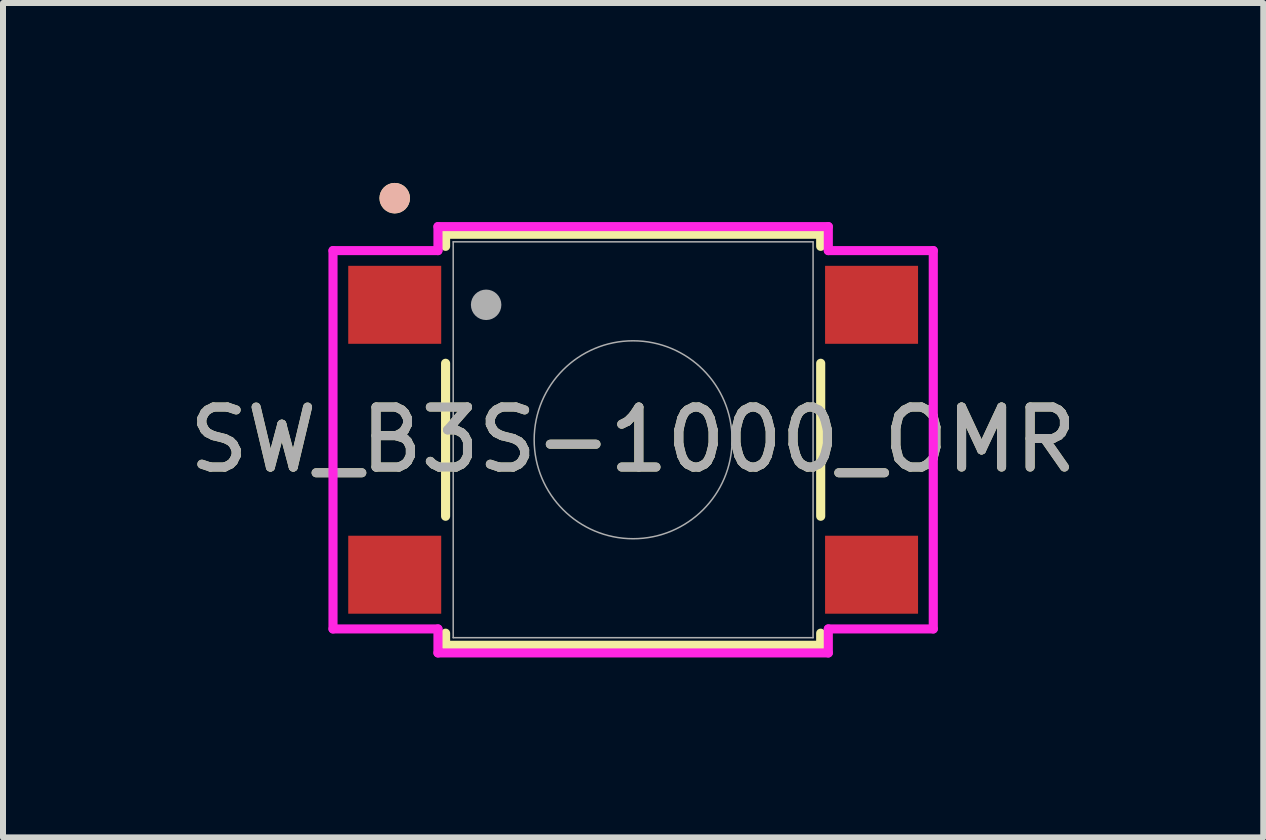
<source format=kicad_pcb>
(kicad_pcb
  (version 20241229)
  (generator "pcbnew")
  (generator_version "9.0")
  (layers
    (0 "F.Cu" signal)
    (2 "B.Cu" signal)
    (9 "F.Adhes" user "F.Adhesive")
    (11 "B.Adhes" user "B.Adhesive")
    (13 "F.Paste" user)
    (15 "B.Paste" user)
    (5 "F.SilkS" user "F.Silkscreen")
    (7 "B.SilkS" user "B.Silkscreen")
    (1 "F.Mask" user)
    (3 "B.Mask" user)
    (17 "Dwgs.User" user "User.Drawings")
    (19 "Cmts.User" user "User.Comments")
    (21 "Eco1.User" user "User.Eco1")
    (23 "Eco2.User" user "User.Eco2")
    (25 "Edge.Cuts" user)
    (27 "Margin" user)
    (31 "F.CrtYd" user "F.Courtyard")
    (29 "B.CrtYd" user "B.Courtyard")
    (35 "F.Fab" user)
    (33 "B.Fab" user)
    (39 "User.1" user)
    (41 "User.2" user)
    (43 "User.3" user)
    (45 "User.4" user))
  (footprint "SW_B3S-1000_OMR"
    (layer "F.Cu")
    (at 7.506 4.282)
    (property "Reference" "SW_B3S-1000_OMR" (at 0 0 0) (unlocked yes) (layer "F.SilkS") (effects (font (size 1 1) (thickness 0.15))))
    (attr smd)
    (fp_line (start -3.127 -3.427) (end -3.127 -3.225) (stroke (width 0.152) (type solid)) (layer "F.SilkS"))
    (fp_line (start -3.127 -1.275) (end -3.127 1.275) (stroke (width 0.152) (type solid)) (layer "F.SilkS"))
    (fp_line (start -3.127 3.225) (end -3.127 3.427) (stroke (width 0.152) (type solid)) (layer "F.SilkS"))
    (fp_line (start -3.127 3.427) (end 3.127 3.427) (stroke (width 0.152) (type solid)) (layer "F.SilkS"))
    (fp_line (start 3.127 -3.427) (end -3.127 -3.427) (stroke (width 0.152) (type solid)) (layer "F.SilkS"))
    (fp_line (start 3.127 -3.225) (end 3.127 -3.427) (stroke (width 0.152) (type solid)) (layer "F.SilkS"))
    (fp_line (start 3.127 1.275) (end 3.127 -1.275) (stroke (width 0.152) (type solid)) (layer "F.SilkS"))
    (fp_line (start 3.127 3.427) (end 3.127 3.225) (stroke (width 0.152) (type solid)) (layer "F.SilkS"))
    (fp_circle (center -3.975 -4.028) (end -3.848 -4.028) (stroke (width 0.254) (type solid)) (fill no) (layer "F.SilkS"))
    (fp_circle (center -3.975 -4.028) (end -3.848 -4.028) (stroke (width 0.254) (type solid)) (fill no) (layer "B.SilkS"))
    (fp_line (start -5.004 -3.154) (end -3.254 -3.154) (stroke (width 0.152) (type solid)) (layer "F.CrtYd"))
    (fp_line (start -5.004 3.154) (end -5.004 -3.154) (stroke (width 0.152) (type solid)) (layer "F.CrtYd"))
    (fp_line (start -5.004 3.154) (end -3.254 3.154) (stroke (width 0.152) (type solid)) (layer "F.CrtYd"))
    (fp_line (start -3.254 -3.554) (end 3.254 -3.554) (stroke (width 0.152) (type solid)) (layer "F.CrtYd"))
    (fp_line (start -3.254 -3.154) (end -3.254 -3.554) (stroke (width 0.152) (type solid)) (layer "F.CrtYd"))
    (fp_line (start -3.254 3.554) (end -3.254 3.154) (stroke (width 0.152) (type solid)) (layer "F.CrtYd"))
    (fp_line (start 3.254 -3.554) (end 3.254 -3.154) (stroke (width 0.152) (type solid)) (layer "F.CrtYd"))
    (fp_line (start 3.254 3.154) (end 3.254 3.554) (stroke (width 0.152) (type solid)) (layer "F.CrtYd"))
    (fp_line (start 3.254 3.554) (end -3.254 3.554) (stroke (width 0.152) (type solid)) (layer "F.CrtYd"))
    (fp_line (start 5.004 -3.154) (end 3.254 -3.154) (stroke (width 0.152) (type solid)) (layer "F.CrtYd"))
    (fp_line (start 5.004 -3.154) (end 5.004 3.154) (stroke (width 0.152) (type solid)) (layer "F.CrtYd"))
    (fp_line (start 5.004 3.154) (end 3.254 3.154) (stroke (width 0.152) (type solid)) (layer "F.CrtYd"))
    (fp_line (start -3 -3.3) (end -3 3.3) (stroke (width 0.025) (type solid)) (layer "F.Fab"))
    (fp_line (start -3 3.3) (end 3 3.3) (stroke (width 0.025) (type solid)) (layer "F.Fab"))
    (fp_line (start 3 -3.3) (end -3 -3.3) (stroke (width 0.025) (type solid)) (layer "F.Fab"))
    (fp_line (start 3 3.3) (end 3 -3.3) (stroke (width 0.025) (type solid)) (layer "F.Fab"))
    (fp_circle (center -2.451 -2.25) (end -2.324 -2.25) (stroke (width 0.254) (type solid)) (fill no) (layer "F.Fab"))
    (fp_circle (center 0 0) (end 1.65 0) (stroke (width 0.025) (type solid)) (fill no) (layer "F.Fab"))
    (fp_text user "${REFERENCE}" (at 0 0 0) (unlocked yes) (layer "F.Fab") (effects (font (size 1 1) (thickness 0.15))))
    (pad "1" smd rect (at -3.975 -2.25) (size 1.55 1.3) (layers "F.Cu" "F.Mask" "F.Paste"))
    (pad "2" smd rect (at 3.975 -2.25) (size 1.55 1.3) (layers "F.Cu" "F.Mask" "F.Paste"))
    (pad "3" smd rect (at -3.975 2.25) (size 1.55 1.3) (layers "F.Cu" "F.Mask" "F.Paste"))
    (pad "4" smd rect (at 3.975 2.25) (size 1.55 1.3) (layers "F.Cu" "F.Mask" "F.Paste")))
  (gr_rect
    (start -3 -3)
    (end 18.012 10.912)
    (stroke (width 0.1) (type default))
    (fill no)
    (layer "Edge.Cuts")))
</source>
